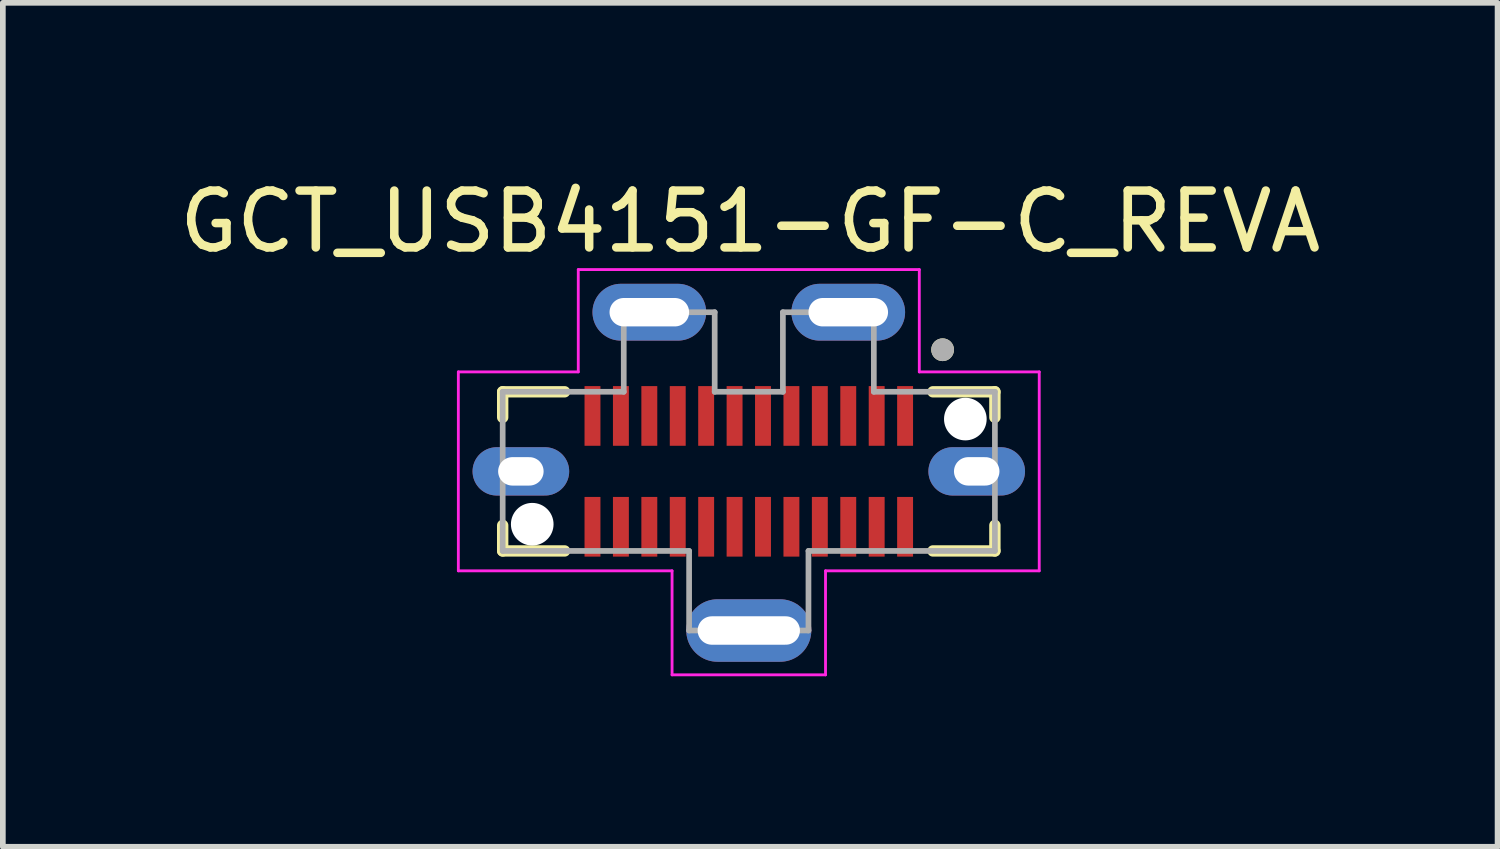
<source format=kicad_pcb>
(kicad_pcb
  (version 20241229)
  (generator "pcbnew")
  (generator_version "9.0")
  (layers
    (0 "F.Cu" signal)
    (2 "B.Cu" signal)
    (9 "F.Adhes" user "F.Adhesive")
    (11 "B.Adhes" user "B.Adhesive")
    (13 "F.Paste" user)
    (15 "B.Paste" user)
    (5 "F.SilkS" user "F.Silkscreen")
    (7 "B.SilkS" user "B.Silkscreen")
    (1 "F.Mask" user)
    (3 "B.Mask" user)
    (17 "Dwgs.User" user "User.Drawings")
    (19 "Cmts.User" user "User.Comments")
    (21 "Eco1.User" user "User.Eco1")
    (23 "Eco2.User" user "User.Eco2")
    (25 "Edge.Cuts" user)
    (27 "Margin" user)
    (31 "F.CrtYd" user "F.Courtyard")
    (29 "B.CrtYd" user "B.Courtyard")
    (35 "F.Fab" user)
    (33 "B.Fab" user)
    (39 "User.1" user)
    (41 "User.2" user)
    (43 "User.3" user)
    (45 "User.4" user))
  (footprint "GCT_USB4151-GF-C_REVA"
    (layer "F.Cu")
    (at 10.124 5.243)
    (property "Reference" "GCT_USB4151-GF-C_REVA" (at 0.025 -4.395 0) (layer "F.SilkS") (effects (font (size 1 1) (thickness 0.15))))
    (attr smd)
    (fp_line (start -4.33 -1.4) (end -4.33 -0.95) (stroke (width 0.2) (type solid)) (layer "F.SilkS"))
    (fp_line (start -4.33 0.95) (end -4.33 1.4) (stroke (width 0.2) (type solid)) (layer "F.SilkS"))
    (fp_line (start -4.33 1.4) (end -3.24 1.4) (stroke (width 0.2) (type solid)) (layer "F.SilkS"))
    (fp_line (start -3.24 -1.4) (end -4.33 -1.4) (stroke (width 0.2) (type solid)) (layer "F.SilkS"))
    (fp_line (start 3.24 1.4) (end 4.33 1.4) (stroke (width 0.2) (type solid)) (layer "F.SilkS"))
    (fp_line (start 4.33 -1.4) (end 3.24 -1.4) (stroke (width 0.2) (type solid)) (layer "F.SilkS"))
    (fp_line (start 4.33 -0.95) (end 4.33 -1.4) (stroke (width 0.2) (type solid)) (layer "F.SilkS"))
    (fp_line (start 4.33 1.4) (end 4.33 0.95) (stroke (width 0.2) (type solid)) (layer "F.SilkS"))
    (fp_circle (center 3.41 -2.14) (end 3.51 -2.14) (stroke (width 0.2) (type solid)) (fill no) (layer "F.SilkS"))
    (fp_line (start -5.11 -1.75) (end -5.11 1.75) (stroke (width 0.05) (type solid)) (layer "F.CrtYd"))
    (fp_line (start -5.11 1.75) (end -1.35 1.75) (stroke (width 0.05) (type solid)) (layer "F.CrtYd"))
    (fp_line (start -3 -3.55) (end -3 -1.75) (stroke (width 0.05) (type solid)) (layer "F.CrtYd"))
    (fp_line (start -3 -1.75) (end -5.11 -1.75) (stroke (width 0.05) (type solid)) (layer "F.CrtYd"))
    (fp_line (start -1.35 1.75) (end -1.35 3.58) (stroke (width 0.05) (type solid)) (layer "F.CrtYd"))
    (fp_line (start -1.35 3.58) (end 1.35 3.58) (stroke (width 0.05) (type solid)) (layer "F.CrtYd"))
    (fp_line (start 1.35 1.75) (end 5.11 1.75) (stroke (width 0.05) (type solid)) (layer "F.CrtYd"))
    (fp_line (start 1.35 3.58) (end 1.35 1.75) (stroke (width 0.05) (type solid)) (layer "F.CrtYd"))
    (fp_line (start 3 -3.55) (end -3 -3.55) (stroke (width 0.05) (type solid)) (layer "F.CrtYd"))
    (fp_line (start 3 -1.75) (end 3 -3.55) (stroke (width 0.05) (type solid)) (layer "F.CrtYd"))
    (fp_line (start 5.11 -1.75) (end 3 -1.75) (stroke (width 0.05) (type solid)) (layer "F.CrtYd"))
    (fp_line (start 5.11 1.75) (end 5.11 -1.75) (stroke (width 0.05) (type solid)) (layer "F.CrtYd"))
    (fp_line (start -4.33 -1.4) (end -4.33 1.4) (stroke (width 0.1) (type solid)) (layer "F.Fab"))
    (fp_line (start -4.33 1.4) (end -1.05 1.4) (stroke (width 0.1) (type solid)) (layer "F.Fab"))
    (fp_line (start -2.2 -2.8) (end -2.2 -1.4) (stroke (width 0.1) (type solid)) (layer "F.Fab"))
    (fp_line (start -2.2 -1.4) (end -4.33 -1.4) (stroke (width 0.1) (type solid)) (layer "F.Fab"))
    (fp_line (start -1.05 1.4) (end -1.05 2.8) (stroke (width 0.1) (type solid)) (layer "F.Fab"))
    (fp_line (start -1.05 2.8) (end 1.05 2.8) (stroke (width 0.1) (type solid)) (layer "F.Fab"))
    (fp_line (start -0.6 -2.8) (end -2.2 -2.8) (stroke (width 0.1) (type solid)) (layer "F.Fab"))
    (fp_line (start -0.6 -1.4) (end -0.6 -2.8) (stroke (width 0.1) (type solid)) (layer "F.Fab"))
    (fp_line (start 0.6 -2.8) (end 0.6 -1.4) (stroke (width 0.1) (type solid)) (layer "F.Fab"))
    (fp_line (start 0.6 -1.4) (end -0.6 -1.4) (stroke (width 0.1) (type solid)) (layer "F.Fab"))
    (fp_line (start 1.05 1.4) (end 4.33 1.4) (stroke (width 0.1) (type solid)) (layer "F.Fab"))
    (fp_line (start 1.05 2.8) (end 1.05 1.4) (stroke (width 0.1) (type solid)) (layer "F.Fab"))
    (fp_line (start 2.2 -2.8) (end 0.6 -2.8) (stroke (width 0.1) (type solid)) (layer "F.Fab"))
    (fp_line (start 2.2 -1.4) (end 2.2 -2.8) (stroke (width 0.1) (type solid)) (layer "F.Fab"))
    (fp_line (start 4.33 -1.4) (end 2.2 -1.4) (stroke (width 0.1) (type solid)) (layer "F.Fab"))
    (fp_line (start 4.33 1.4) (end 4.33 -1.4) (stroke (width 0.1) (type solid)) (layer "F.Fab"))
    (fp_circle (center 3.41 -2.14) (end 3.51 -2.14) (stroke (width 0.2) (type solid)) (fill no) (layer "F.Fab"))
    (pad "" np_thru_hole circle (at -3.81 0.93) (size 0.75 0.75) (drill 0.75) (layers "*.Cu" "*.Mask"))
    (pad "" np_thru_hole circle (at 3.81 -0.92) (size 0.75 0.75) (drill 0.75) (layers "*.Cu" "*.Mask"))
    (pad "A1" smd rect (at 2.75 -0.975) (size 0.28 1.05) (layers "F.Cu" "F.Mask" "F.Paste"))
    (pad "A2" smd rect (at 2.25 -0.975) (size 0.28 1.05) (layers "F.Cu" "F.Mask" "F.Paste"))
    (pad "A3" smd rect (at 1.75 -0.975) (size 0.28 1.05) (layers "F.Cu" "F.Mask" "F.Paste"))
    (pad "A4" smd rect (at 1.25 -0.975) (size 0.28 1.05) (layers "F.Cu" "F.Mask" "F.Paste"))
    (pad "A5" smd rect (at 0.75 -0.975) (size 0.28 1.05) (layers "F.Cu" "F.Mask" "F.Paste"))
    (pad "A6" smd rect (at 0.25 -0.975) (size 0.28 1.05) (layers "F.Cu" "F.Mask" "F.Paste"))
    (pad "A7" smd rect (at -0.25 -0.975) (size 0.28 1.05) (layers "F.Cu" "F.Mask" "F.Paste"))
    (pad "A8" smd rect (at -0.75 -0.975) (size 0.28 1.05) (layers "F.Cu" "F.Mask" "F.Paste"))
    (pad "A9" smd rect (at -1.25 -0.975) (size 0.28 1.05) (layers "F.Cu" "F.Mask" "F.Paste"))
    (pad "A10" smd rect (at -1.75 -0.975) (size 0.28 1.05) (layers "F.Cu" "F.Mask" "F.Paste"))
    (pad "A11" smd rect (at -2.25 -0.975) (size 0.28 1.05) (layers "F.Cu" "F.Mask" "F.Paste"))
    (pad "A12" smd rect (at -2.75 -0.975) (size 0.28 1.05) (layers "F.Cu" "F.Mask" "F.Paste"))
    (pad "B1" smd rect (at -2.75 0.975) (size 0.28 1.05) (layers "F.Cu" "F.Mask" "F.Paste"))
    (pad "B2" smd rect (at -2.25 0.975) (size 0.28 1.05) (layers "F.Cu" "F.Mask" "F.Paste"))
    (pad "B3" smd rect (at -1.75 0.975) (size 0.28 1.05) (layers "F.Cu" "F.Mask" "F.Paste"))
    (pad "B4" smd rect (at -1.25 0.975) (size 0.28 1.05) (layers "F.Cu" "F.Mask" "F.Paste"))
    (pad "B5" smd rect (at -0.75 0.975) (size 0.28 1.05) (layers "F.Cu" "F.Mask" "F.Paste"))
    (pad "B6" smd rect (at -0.25 0.975) (size 0.28 1.05) (layers "F.Cu" "F.Mask" "F.Paste"))
    (pad "B7" smd rect (at 0.25 0.975) (size 0.28 1.05) (layers "F.Cu" "F.Mask" "F.Paste"))
    (pad "B8" smd rect (at 0.75 0.975) (size 0.28 1.05) (layers "F.Cu" "F.Mask" "F.Paste"))
    (pad "B9" smd rect (at 1.25 0.975) (size 0.28 1.05) (layers "F.Cu" "F.Mask" "F.Paste"))
    (pad "B10" smd rect (at 1.75 0.975) (size 0.28 1.05) (layers "F.Cu" "F.Mask" "F.Paste"))
    (pad "B11" smd rect (at 2.25 0.975) (size 0.28 1.05) (layers "F.Cu" "F.Mask" "F.Paste"))
    (pad "B12" smd rect (at 2.75 0.975) (size 0.28 1.05) (layers "F.Cu" "F.Mask" "F.Paste"))
    (pad "S1" thru_hole oval (at -4.01 0) (size 1.7 0.85) (drill oval 0.8 0.5) (layers "*.Cu" "*.Mask"))
    (pad "S2" thru_hole oval (at -1.75 -2.8) (size 2 1) (drill oval 1.4 0.5) (layers "*.Cu" "*.Mask"))
    (pad "S3" thru_hole oval (at 1.75 -2.8) (size 2 1) (drill oval 1.4 0.5) (layers "*.Cu" "*.Mask"))
    (pad "S4" thru_hole oval (at 4.01 0) (size 1.7 0.85) (drill oval 0.8 0.5) (layers "*.Cu" "*.Mask"))
    (pad "S5" thru_hole oval (at 0 2.8) (size 2.2 1.1) (drill oval 1.8 0.5) (layers "*.Cu" "*.Mask")))
  (gr_rect
    (start -3 -3)
    (end 23.298 11.848)
    (stroke (width 0.1) (type default))
    (fill no)
    (layer "Edge.Cuts")))
</source>
